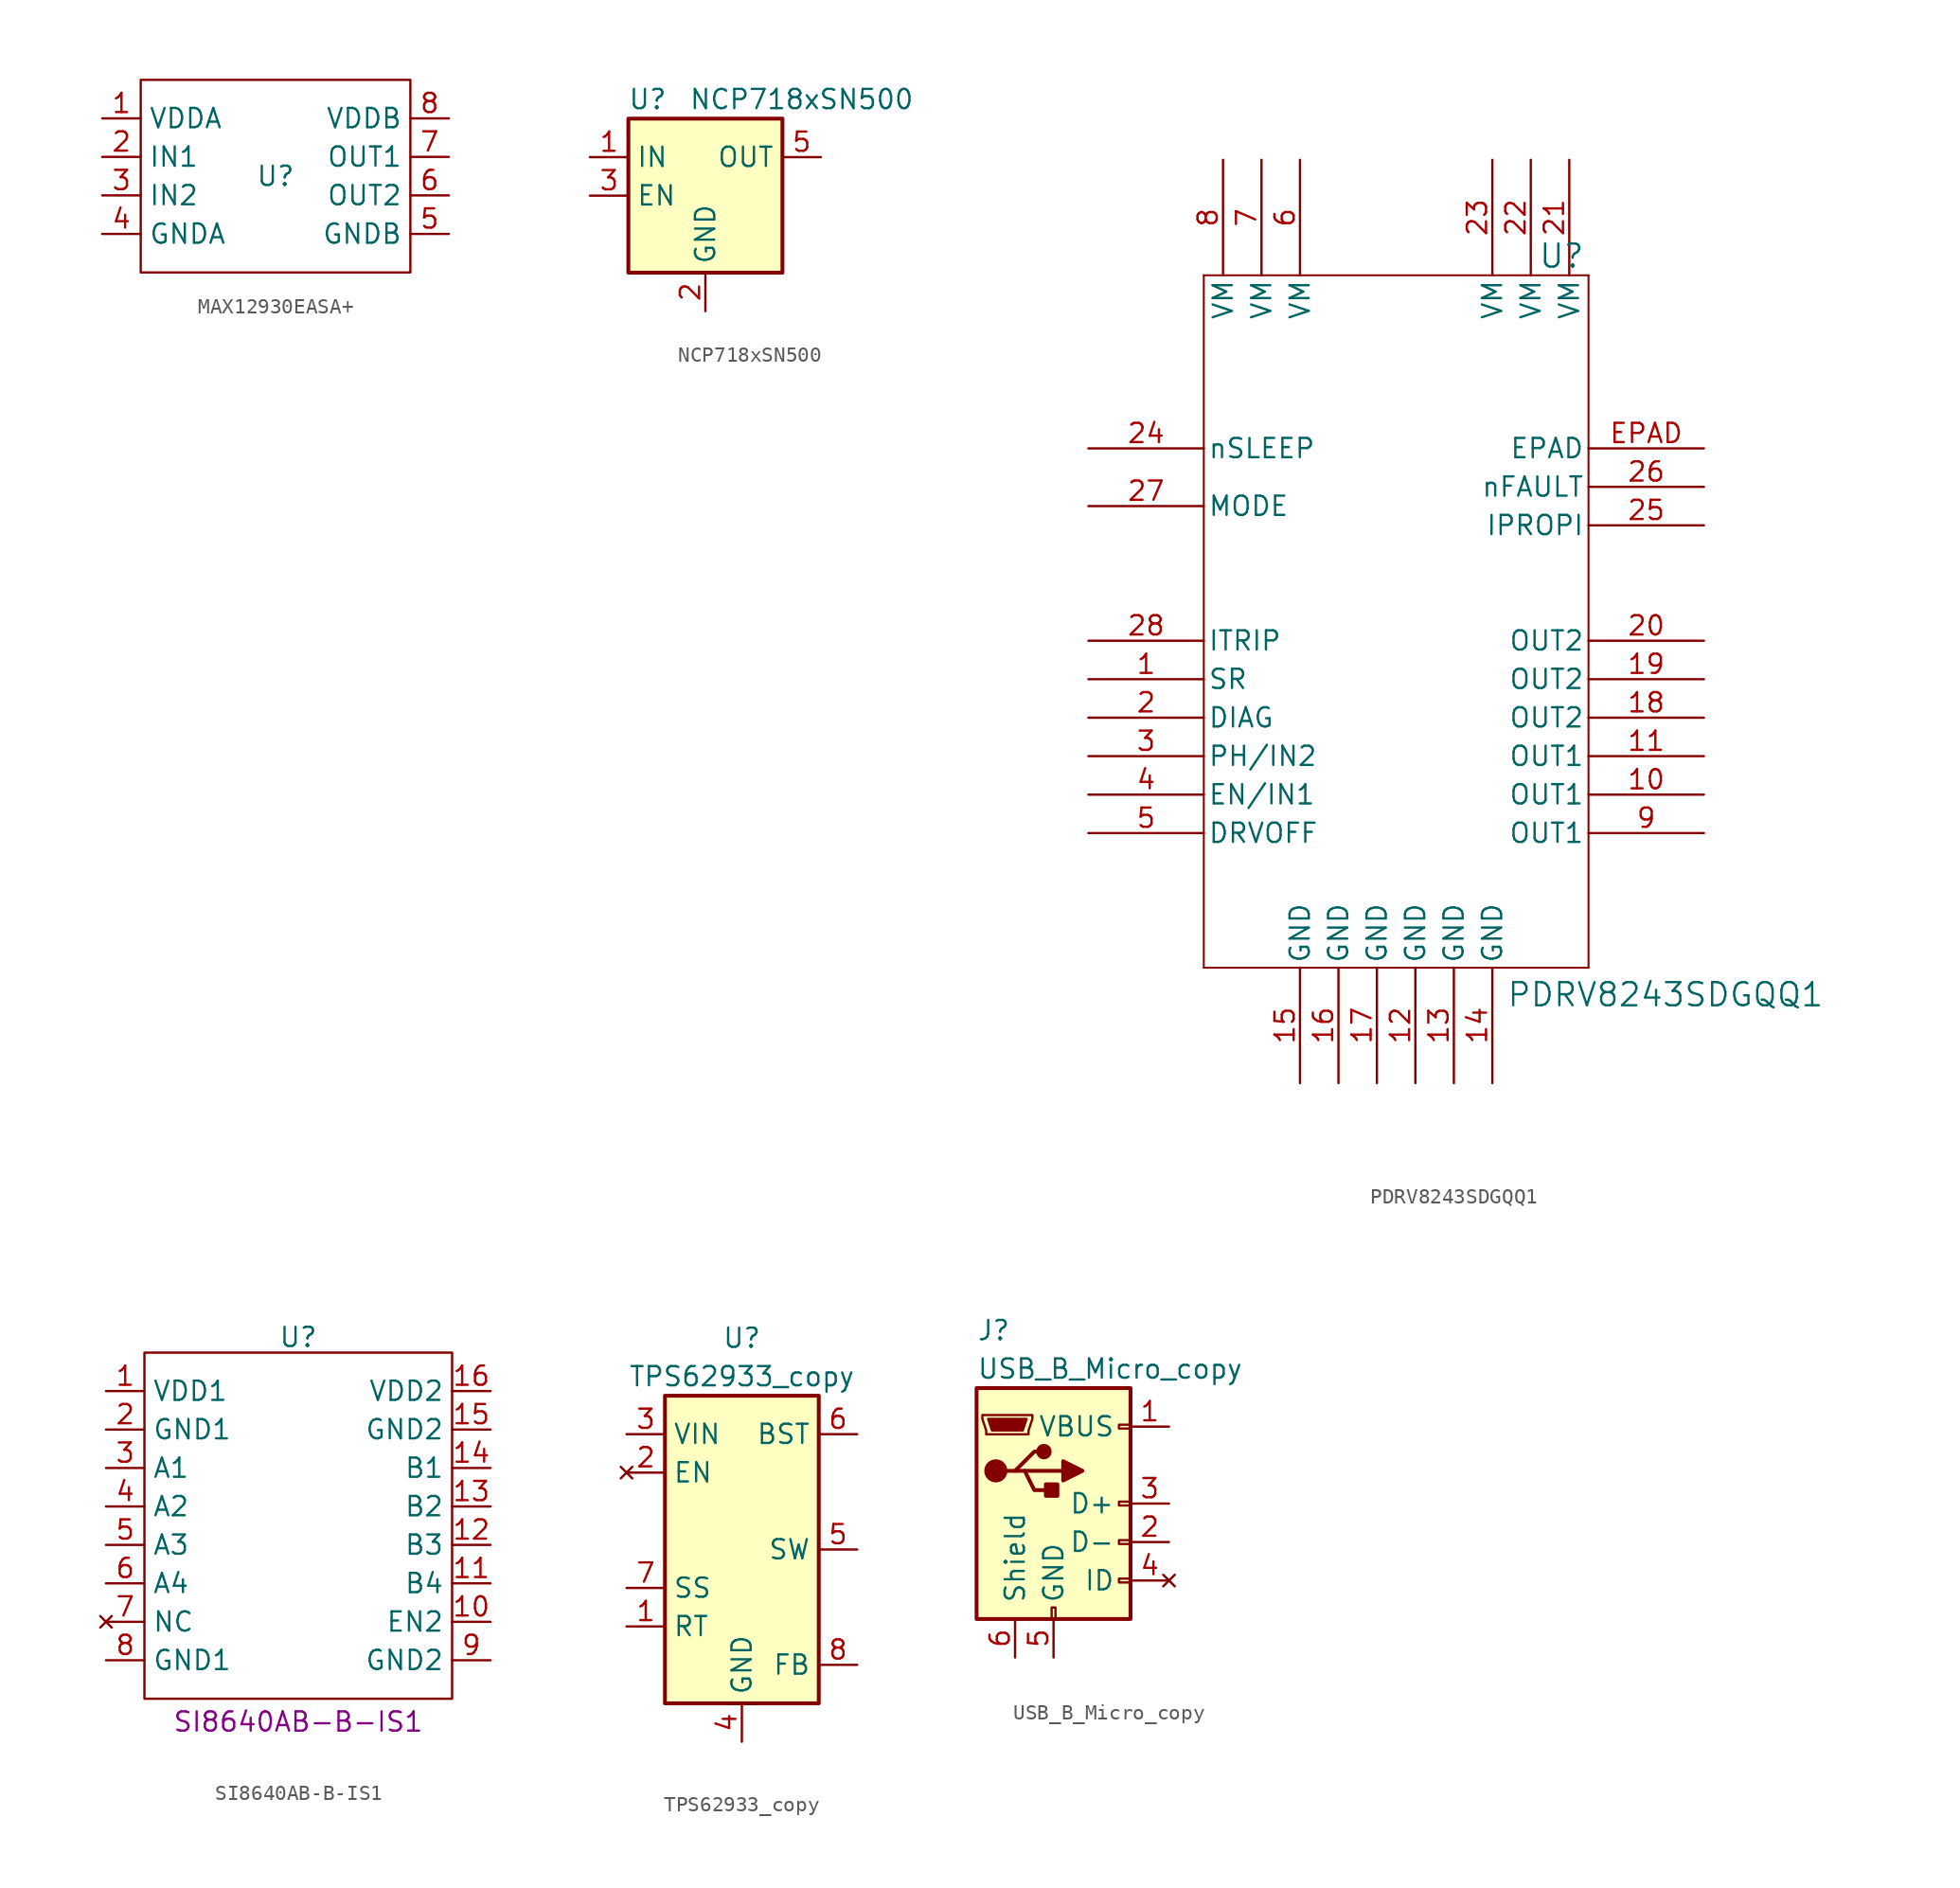
<source format=kicad_sym>
(kicad_symbol_lib
  (version 20241209)
  (generator "kicad_symbol_editor")
  (generator_version "9.0")
  (symbol "MAX12930EASA+"
    (property "Reference" "U"
      (at 0 0 0)
      (effects (font (size 1.27 1.27))))
    (property "Value" ""
      (at 0 0 0)
      (effects (font (size 1.27 1.27))))
    (symbol "MAX12930EASA+_1_0"
      (rectangle (start -8.89 6.35) (end 8.89 -6.35) (stroke (width 0) (type default)) (fill (type none)))
      (pin passive line (at -11.43 3.81 0) (length 2.54) (name "VDDA" (effects (font (size 1.27 1.27)))) (number "1" (effects (font (size 1.27 1.27)))))
      (pin passive line (at -11.43 1.27 0) (length 2.54) (name "IN1" (effects (font (size 1.27 1.27)))) (number "2" (effects (font (size 1.27 1.27)))))
      (pin passive line (at -11.43 -1.27 0) (length 2.54) (name "IN2" (effects (font (size 1.27 1.27)))) (number "3" (effects (font (size 1.27 1.27)))))
      (pin passive line (at -11.43 -3.81 0) (length 2.54) (name "GNDA" (effects (font (size 1.27 1.27)))) (number "4" (effects (font (size 1.27 1.27)))))
      (pin passive line (at 11.43 3.81 180) (length 2.54) (name "VDDB" (effects (font (size 1.27 1.27)))) (number "8" (effects (font (size 1.27 1.27)))))
      (pin passive line (at 11.43 1.27 180) (length 2.54) (name "OUT1" (effects (font (size 1.27 1.27)))) (number "7" (effects (font (size 1.27 1.27)))))
      (pin passive line (at 11.43 -1.27 180) (length 2.54) (name "OUT2" (effects (font (size 1.27 1.27)))) (number "6" (effects (font (size 1.27 1.27)))))
      (pin passive line (at 11.43 -3.81 180) (length 2.54) (name "GNDB" (effects (font (size 1.27 1.27)))) (number "5" (effects (font (size 1.27 1.27)))))))
  (symbol "NCP718xSN500"
    (property "Reference" "U"
      (at -3.81 6.35 0)
      (effects (font (size 1.27 1.27))))
    (property "Value" "NCP718xSN500"
      (at 6.35 6.35 0)
      (effects (font (size 1.27 1.27))))
    (symbol "NCP718xSN500_0_1"
      (rectangle (start -5.08 -5.08) (end 5.08 5.08) (stroke (width 0.254) (type default)) (fill (type background)))
      (pin input line (at -7.62 0 0) (length 2.54) (name "EN" (effects (font (size 1.27 1.27)))) (number "3" (effects (font (size 1.27 1.27)))))
      (pin power_in line (at 0 -7.62 90) (length 2.54) (name "GND" (effects (font (size 1.27 1.27)))) (number "2" (effects (font (size 1.27 1.27)))))
      (pin no_connect line (at 5.08 0 180) (length 2.54) (hide yes) (name "NC" (effects (font (size 1.27 1.27)))) (number "4" (effects (font (size 1.27 1.27))))))
    (symbol "NCP718xSN500_1_1"
      (pin passive line (at -7.62 2.54 0) (length 2.54) (name "IN" (effects (font (size 1.27 1.27)))) (number "1" (effects (font (size 1.27 1.27)))))
      (pin passive line (at 7.62 2.54 180) (length 2.54) (name "OUT" (effects (font (size 1.27 1.27)))) (number "5" (effects (font (size 1.27 1.27)))))))
  (symbol "PDRV8243SDGQQ1"
    (pin_names
      (offset 0.254))
    (property "Reference" "U"
      (at 31.242 6.35 0)
      (do_not_autoplace)
      (effects (font (size 1.524 1.524))))
    (property "Value" "PDRV8243SDGQQ1"
      (at 38.1 -42.418 0)
      (effects (font (size 1.524 1.524))))
    (property "ki_locked" ""
      (at 0 0 0)
      (effects (font (size 1.27 1.27))))
    (symbol "PDRV8243SDGQQ1_0_1"
      (polyline (pts (xy 7.62 5.08) (xy 7.62 -40.64)) (stroke (width 0.127) (type default)) (fill (type none)))
      (polyline (pts (xy 7.62 -40.64) (xy 33.02 -40.64)) (stroke (width 0.127) (type default)) (fill (type none)))
      (polyline (pts (xy 33.02 5.08) (xy 7.62 5.08)) (stroke (width 0.127) (type default)) (fill (type none)))
      (polyline (pts (xy 33.02 -40.64) (xy 33.02 5.08)) (stroke (width 0.127) (type default)) (fill (type none))))
    (symbol "PDRV8243SDGQQ1_1_1"
      (pin input line (at 0 -6.35 0) (length 7.62) (name "nSLEEP" (effects (font (size 1.27 1.27)))) (number "24" (effects (font (size 1.27 1.27)))))
      (pin input line (at 0 -10.16 0) (length 7.62) (name "MODE" (effects (font (size 1.27 1.27)))) (number "27" (effects (font (size 1.27 1.27)))))
      (pin input line (at 0 -19.05 0) (length 7.62) (name "ITRIP" (effects (font (size 1.27 1.27)))) (number "28" (effects (font (size 1.27 1.27)))))
      (pin input line (at 0 -21.59 0) (length 7.62) (name "SR" (effects (font (size 1.27 1.27)))) (number "1" (effects (font (size 1.27 1.27)))))
      (pin input line (at 0 -24.13 0) (length 7.62) (name "DIAG" (effects (font (size 1.27 1.27)))) (number "2" (effects (font (size 1.27 1.27)))))
      (pin input line (at 0 -26.67 0) (length 7.62) (name "PH/IN2" (effects (font (size 1.27 1.27)))) (number "3" (effects (font (size 1.27 1.27)))))
      (pin input line (at 0 -29.21 0) (length 7.62) (name "EN/IN1" (effects (font (size 1.27 1.27)))) (number "4" (effects (font (size 1.27 1.27)))))
      (pin input line (at 0 -31.75 0) (length 7.62) (name "DRVOFF" (effects (font (size 1.27 1.27)))) (number "5" (effects (font (size 1.27 1.27)))))
      (pin passive line (at 8.89 12.7 270) (length 7.62) (name "VM" (effects (font (size 1.27 1.27)))) (number "8" (effects (font (size 1.27 1.27)))))
      (pin passive line (at 11.43 12.7 270) (length 7.62) (name "VM" (effects (font (size 1.27 1.27)))) (number "7" (effects (font (size 1.27 1.27)))))
      (pin passive line (at 13.97 12.7 270) (length 7.62) (name "VM" (effects (font (size 1.27 1.27)))) (number "6" (effects (font (size 1.27 1.27)))))
      (pin passive line (at 13.97 -48.26 90) (length 7.62) (name "GND" (effects (font (size 1.27 1.27)))) (number "15" (effects (font (size 1.27 1.27)))))
      (pin passive line (at 16.51 -48.26 90) (length 7.62) (name "GND" (effects (font (size 1.27 1.27)))) (number "16" (effects (font (size 1.27 1.27)))))
      (pin passive line (at 19.05 -48.26 90) (length 7.62) (name "GND" (effects (font (size 1.27 1.27)))) (number "17" (effects (font (size 1.27 1.27)))))
      (pin passive line (at 21.59 -48.26 90) (length 7.62) (name "GND" (effects (font (size 1.27 1.27)))) (number "12" (effects (font (size 1.27 1.27)))))
      (pin passive line (at 24.13 -48.26 90) (length 7.62) (name "GND" (effects (font (size 1.27 1.27)))) (number "13" (effects (font (size 1.27 1.27)))))
      (pin passive line (at 26.67 12.7 270) (length 7.62) (name "VM" (effects (font (size 1.27 1.27)))) (number "23" (effects (font (size 1.27 1.27)))))
      (pin passive line (at 26.67 -48.26 90) (length 7.62) (name "GND" (effects (font (size 1.27 1.27)))) (number "14" (effects (font (size 1.27 1.27)))))
      (pin passive line (at 29.21 12.7 270) (length 7.62) (name "VM" (effects (font (size 1.27 1.27)))) (number "22" (effects (font (size 1.27 1.27)))))
      (pin passive line (at 31.75 12.7 270) (length 7.62) (name "VM" (effects (font (size 1.27 1.27)))) (number "21" (effects (font (size 1.27 1.27)))))
      (pin passive line (at 40.64 -6.35 180) (length 7.62) (name "EPAD" (effects (font (size 1.27 1.27)))) (number "EPAD" (effects (font (size 1.27 1.27)))))
      (pin open_collector line (at 40.64 -8.89 180) (length 7.62) (name "nFAULT" (effects (font (size 1.27 1.27)))) (number "26" (effects (font (size 1.27 1.27)))))
      (pin bidirectional line (at 40.64 -11.43 180) (length 7.62) (name "IPROPI" (effects (font (size 1.27 1.27)))) (number "25" (effects (font (size 1.27 1.27)))))
      (pin passive line (at 40.64 -19.05 180) (length 7.62) (name "OUT2" (effects (font (size 1.27 1.27)))) (number "20" (effects (font (size 1.27 1.27)))))
      (pin passive line (at 40.64 -21.59 180) (length 7.62) (name "OUT2" (effects (font (size 1.27 1.27)))) (number "19" (effects (font (size 1.27 1.27)))))
      (pin passive line (at 40.64 -24.13 180) (length 7.62) (name "OUT2" (effects (font (size 1.27 1.27)))) (number "18" (effects (font (size 1.27 1.27)))))
      (pin passive line (at 40.64 -26.67 180) (length 7.62) (name "OUT1" (effects (font (size 1.27 1.27)))) (number "11" (effects (font (size 1.27 1.27)))))
      (pin passive line (at 40.64 -29.21 180) (length 7.62) (name "OUT1" (effects (font (size 1.27 1.27)))) (number "10" (effects (font (size 1.27 1.27)))))
      (pin passive line (at 40.64 -31.75 180) (length 7.62) (name "OUT1" (effects (font (size 1.27 1.27)))) (number "9" (effects (font (size 1.27 1.27)))))))
  (symbol "SI8640AB-B-IS1"
    (property "Reference" "U"
      (at 0 13.716 0)
      (effects (font (size 1.27 1.27))))
    (property "Value" ""
      (at 0 0 0)
      (effects (font (size 1.27 1.27))))
    (property "Manufacturer Part" "SI8640AB-B-IS1"
      (at 0 -11.684 0)
      (effects (font (size 1.27 1.27))))
    (symbol "SI8640AB-B-IS1_1_0"
      (rectangle (start -10.16 12.7) (end 10.16 -10.16) (stroke (width 0) (type default)) (fill (type none)))
      (pin passive line (at -12.7 10.16 0) (length 2.54) (name "VDD1" (effects (font (size 1.27 1.27)))) (number "1" (effects (font (size 1.27 1.27)))))
      (pin passive line (at -12.7 7.62 0) (length 2.54) (name "GND1" (effects (font (size 1.27 1.27)))) (number "2" (effects (font (size 1.27 1.27)))))
      (pin passive line (at -12.7 5.08 0) (length 2.54) (name "A1" (effects (font (size 1.27 1.27)))) (number "3" (effects (font (size 1.27 1.27)))))
      (pin passive line (at -12.7 2.54 0) (length 2.54) (name "A2" (effects (font (size 1.27 1.27)))) (number "4" (effects (font (size 1.27 1.27)))))
      (pin passive line (at -12.7 0 0) (length 2.54) (name "A3" (effects (font (size 1.27 1.27)))) (number "5" (effects (font (size 1.27 1.27)))))
      (pin passive line (at -12.7 -2.54 0) (length 2.54) (name "A4" (effects (font (size 1.27 1.27)))) (number "6" (effects (font (size 1.27 1.27)))))
      (pin no_connect line (at -12.7 -5.08 0) (length 2.54) (name "NC" (effects (font (size 1.27 1.27)))) (number "7" (effects (font (size 1.27 1.27)))))
      (pin passive line (at -12.7 -7.62 0) (length 2.54) (name "GND1" (effects (font (size 1.27 1.27)))) (number "8" (effects (font (size 1.27 1.27)))))
      (pin passive line (at 12.7 10.16 180) (length 2.54) (name "VDD2" (effects (font (size 1.27 1.27)))) (number "16" (effects (font (size 1.27 1.27)))))
      (pin passive line (at 12.7 7.62 180) (length 2.54) (name "GND2" (effects (font (size 1.27 1.27)))) (number "15" (effects (font (size 1.27 1.27)))))
      (pin passive line (at 12.7 5.08 180) (length 2.54) (name "B1" (effects (font (size 1.27 1.27)))) (number "14" (effects (font (size 1.27 1.27)))))
      (pin passive line (at 12.7 2.54 180) (length 2.54) (name "B2" (effects (font (size 1.27 1.27)))) (number "13" (effects (font (size 1.27 1.27)))))
      (pin passive line (at 12.7 0 180) (length 2.54) (name "B3" (effects (font (size 1.27 1.27)))) (number "12" (effects (font (size 1.27 1.27)))))
      (pin passive line (at 12.7 -2.54 180) (length 2.54) (name "B4" (effects (font (size 1.27 1.27)))) (number "11" (effects (font (size 1.27 1.27)))))
      (pin passive line (at 12.7 -5.08 180) (length 2.54) (name "EN2" (effects (font (size 1.27 1.27)))) (number "10" (effects (font (size 1.27 1.27)))))
      (pin passive line (at 12.7 -7.62 180) (length 2.54) (name "GND2" (effects (font (size 1.27 1.27)))) (number "9" (effects (font (size 1.27 1.27)))))))
  (symbol "TPS62933_copy"
    (property "Reference" "U"
      (at 0 13.97 0)
      (effects (font (size 1.27 1.27))))
    (property "Value" "TPS62933_copy"
      (at 0 11.43 0)
      (effects (font (size 1.27 1.27))))
    (symbol "TPS62933_copy_0_1"
      (rectangle (start -5.08 10.16) (end 5.08 -10.16) (stroke (width 0.254) (type default)) (fill (type background))))
    (symbol "TPS62933_copy_1_1"
      (pin power_in line (at -7.62 7.62 0) (length 2.54) (name "VIN" (effects (font (size 1.27 1.27)))) (number "3" (effects (font (size 1.27 1.27)))))
      (pin no_connect line (at -7.62 5.08 0) (length 2.54) (name "EN" (effects (font (size 1.27 1.27)))) (number "2" (effects (font (size 1.27 1.27)))))
      (pin passive line (at -7.62 -2.54 0) (length 2.54) (name "SS" (effects (font (size 1.27 1.27)))) (number "7" (effects (font (size 1.27 1.27)))))
      (pin passive line (at -7.62 -5.08 0) (length 2.54) (name "RT" (effects (font (size 1.27 1.27)))) (number "1" (effects (font (size 1.27 1.27)))))
      (pin power_in line (at 0 -12.7 90) (length 2.54) (name "GND" (effects (font (size 1.27 1.27)))) (number "4" (effects (font (size 1.27 1.27)))))
      (pin passive line (at 7.62 7.62 180) (length 2.54) (name "BST" (effects (font (size 1.27 1.27)))) (number "6" (effects (font (size 1.27 1.27)))))
      (pin output line (at 7.62 0 180) (length 2.54) (name "SW" (effects (font (size 1.27 1.27)))) (number "5" (effects (font (size 1.27 1.27)))))
      (pin input line (at 7.62 -7.62 180) (length 2.54) (name "FB" (effects (font (size 1.27 1.27)))) (number "8" (effects (font (size 1.27 1.27)))))))
  (symbol "USB_B_Micro_copy"
    (pin_names
      (offset 1.016))
    (property "Reference" "J"
      (at -5.08 11.43 0)
      (effects (font (size 1.27 1.27)) (justify left)))
    (property "Value" "USB_B_Micro_copy"
      (at -5.08 8.89 0)
      (effects (font (size 1.27 1.27)) (justify left)))
    (symbol "USB_B_Micro_copy_0_1"
      (rectangle (start -5.08 7.62) (end 5.08 -7.62) (stroke (width 0.254) (type default)) (fill (type background)))
      (polyline (pts (xy -4.699 5.842) (xy -4.699 5.588) (xy -4.445 4.826) (xy -4.445 4.572) (xy -1.651 4.572) (xy -1.651 4.826) (xy -1.397 5.588) (xy -1.397 5.842) (xy -4.699 5.842)) (stroke (width 0) (type default)) (fill (type none)))
      (polyline (pts (xy -4.318 5.588) (xy -1.778 5.588) (xy -2.032 4.826) (xy -4.064 4.826) (xy -4.318 5.588)) (stroke (width 0) (type default)) (fill (type outline)))
      (circle (center -3.81 2.159) (radius 0.635) (stroke (width 0.254) (type default)) (fill (type outline)))
      (polyline (pts (xy -3.175 2.159) (xy -2.54 2.159) (xy -1.27 3.429) (xy -0.635 3.429)) (stroke (width 0.254) (type default)) (fill (type none)))
      (polyline (pts (xy -2.54 2.159) (xy -1.905 2.159) (xy -1.27 0.889) (xy 0 0.889)) (stroke (width 0.254) (type default)) (fill (type none)))
      (polyline (pts (xy -1.905 2.159) (xy 0.635 2.159)) (stroke (width 0.254) (type default)) (fill (type none)))
      (circle (center -0.635 3.429) (radius 0.381) (stroke (width 0.254) (type default)) (fill (type outline)))
      (rectangle (start -0.127 -7.62) (end 0.127 -6.858) (stroke (width 0) (type default)) (fill (type none)))
      (rectangle (start 0.254 1.27) (end -0.508 0.508) (stroke (width 0.254) (type default)) (fill (type outline)))
      (polyline (pts (xy 0.635 2.794) (xy 0.635 1.524) (xy 1.905 2.159) (xy 0.635 2.794)) (stroke (width 0.254) (type default)) (fill (type outline)))
      (rectangle (start 5.08 4.953) (end 4.318 5.207) (stroke (width 0) (type default)) (fill (type none)))
      (rectangle (start 5.08 -0.127) (end 4.318 0.127) (stroke (width 0) (type default)) (fill (type none)))
      (rectangle (start 5.08 -2.667) (end 4.318 -2.413) (stroke (width 0) (type default)) (fill (type none)))
      (rectangle (start 5.08 -5.207) (end 4.318 -4.953) (stroke (width 0) (type default)) (fill (type none))))
    (symbol "USB_B_Micro_copy_1_1"
      (pin passive line (at -2.54 -10.16 90) (length 2.54) (name "Shield" (effects (font (size 1.27 1.27)))) (number "6" (effects (font (size 1.27 1.27)))))
      (pin power_out line (at 0 -10.16 90) (length 2.54) (name "GND" (effects (font (size 1.27 1.27)))) (number "5" (effects (font (size 1.27 1.27)))))
      (pin power_out line (at 7.62 5.08 180) (length 2.54) (name "VBUS" (effects (font (size 1.27 1.27)))) (number "1" (effects (font (size 1.27 1.27)))))
      (pin bidirectional line (at 7.62 0 180) (length 2.54) (name "D+" (effects (font (size 1.27 1.27)))) (number "3" (effects (font (size 1.27 1.27)))))
      (pin bidirectional line (at 7.62 -2.54 180) (length 2.54) (name "D-" (effects (font (size 1.27 1.27)))) (number "2" (effects (font (size 1.27 1.27)))))
      (pin no_connect line (at 7.62 -5.08 180) (length 2.54) (name "ID" (effects (font (size 1.27 1.27)))) (number "4" (effects (font (size 1.27 1.27))))))))
</source>
